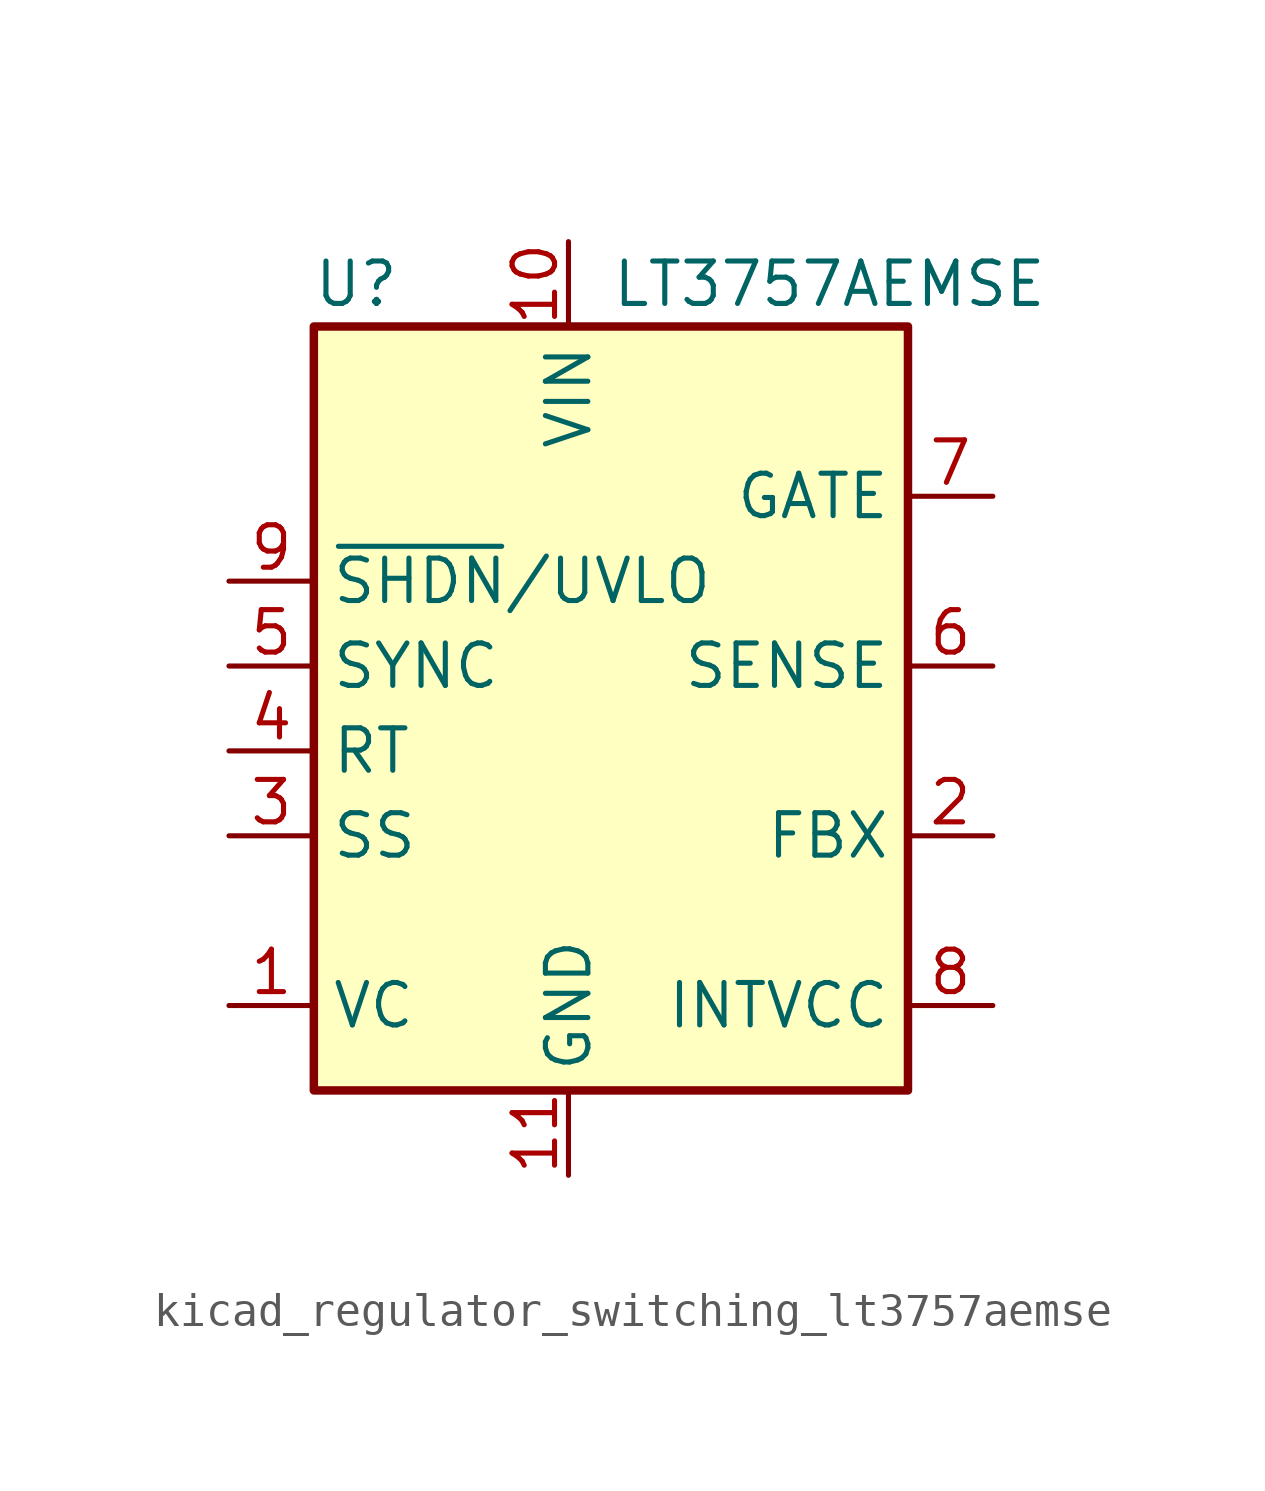
<source format=kicad_sym>
(kicad_symbol_lib
  (version 20220914)
  (generator kicad_symbol_editor)
  (symbol "kicad_regulator_switching_lt3757aemse"
    (property "Reference" "U"
      (at -6.35 11.43 0)
      (effects (font (size 1.27 1.27))))
    (property "Value" "LT3757AEMSE"
      (at 1.27 11.43 0)
      (effects (font (size 1.27 1.27)) (justify left)))
    (symbol "kicad_regulator_switching_lt3757aemse_0_1"
      (rectangle (start -7.62 10.16) (end 10.16 -12.7) (stroke (width 0.254) (type default)) (fill (type background))))
    (symbol "kicad_regulator_switching_lt3757aemse_1_1"
      (pin input line (at -10.16 -10.16 0) (length 2.54) (name "VC" (effects (font (size 1.27 1.27)))) (number "1" (effects (font (size 1.27 1.27)))))
      (pin power_in line (at 0 12.7 270) (length 2.54) (name "VIN" (effects (font (size 1.27 1.27)))) (number "10" (effects (font (size 1.27 1.27)))))
      (pin power_in line (at 0 -15.24 90) (length 2.54) (name "GND" (effects (font (size 1.27 1.27)))) (number "11" (effects (font (size 1.27 1.27)))))
      (pin input line (at 12.7 -5.08 180) (length 2.54) (name "FBX" (effects (font (size 1.27 1.27)))) (number "2" (effects (font (size 1.27 1.27)))))
      (pin input line (at -10.16 -5.08 0) (length 2.54) (name "SS" (effects (font (size 1.27 1.27)))) (number "3" (effects (font (size 1.27 1.27)))))
      (pin input line (at -10.16 -2.54 0) (length 2.54) (name "RT" (effects (font (size 1.27 1.27)))) (number "4" (effects (font (size 1.27 1.27)))))
      (pin input line (at -10.16 0 0) (length 2.54) (name "SYNC" (effects (font (size 1.27 1.27)))) (number "5" (effects (font (size 1.27 1.27)))))
      (pin input line (at 12.7 0 180) (length 2.54) (name "SENSE" (effects (font (size 1.27 1.27)))) (number "6" (effects (font (size 1.27 1.27)))))
      (pin output line (at 12.7 5.08 180) (length 2.54) (name "GATE" (effects (font (size 1.27 1.27)))) (number "7" (effects (font (size 1.27 1.27)))))
      (pin output line (at 12.7 -10.16 180) (length 2.54) (name "INTVCC" (effects (font (size 1.27 1.27)))) (number "8" (effects (font (size 1.27 1.27)))))
      (pin input line (at -10.16 2.54 0) (length 2.54) (name "~{SHDN}/UVLO" (effects (font (size 1.27 1.27)))) (number "9" (effects (font (size 1.27 1.27))))))))
</source>
